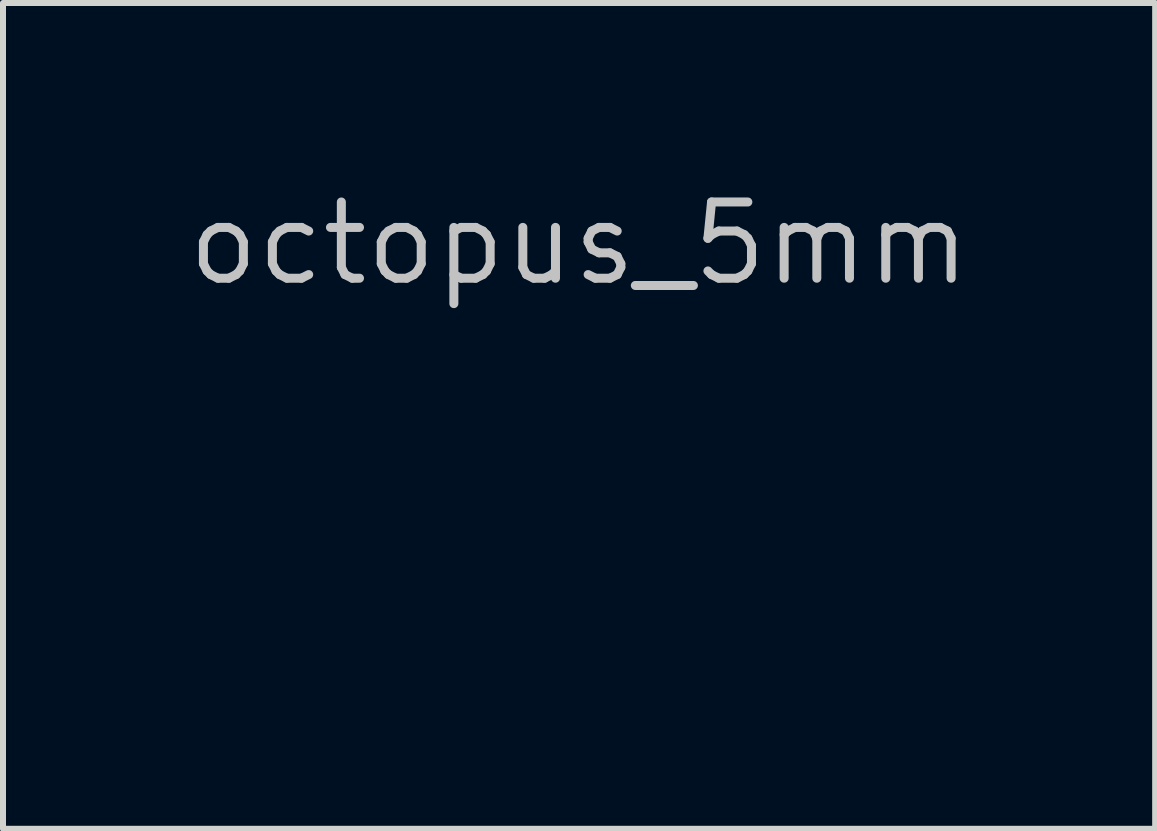
<source format=kicad_pcb>
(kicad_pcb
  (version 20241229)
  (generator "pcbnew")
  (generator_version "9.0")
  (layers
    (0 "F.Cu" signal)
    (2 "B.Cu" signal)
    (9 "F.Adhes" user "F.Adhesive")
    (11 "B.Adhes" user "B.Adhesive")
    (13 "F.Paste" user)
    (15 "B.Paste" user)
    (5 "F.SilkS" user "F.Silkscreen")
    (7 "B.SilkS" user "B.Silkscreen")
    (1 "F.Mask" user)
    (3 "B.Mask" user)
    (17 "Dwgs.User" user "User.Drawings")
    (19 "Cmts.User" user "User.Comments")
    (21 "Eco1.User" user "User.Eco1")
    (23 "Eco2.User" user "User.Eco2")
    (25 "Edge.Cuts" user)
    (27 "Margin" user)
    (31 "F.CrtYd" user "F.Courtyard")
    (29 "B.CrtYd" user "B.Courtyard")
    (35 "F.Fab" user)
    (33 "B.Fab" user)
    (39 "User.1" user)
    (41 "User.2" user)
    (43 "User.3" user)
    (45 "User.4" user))
  (footprint "octopus_5mm"
    (layer "F.Cu")
    (at 9.139 6.086)
    (property "Reference" "octopus_5mm" (at -2.54 -5.08 0) (layer "Dwgs.User") (effects (font (size 1.27 1.27) (thickness 0.15))))
    (attr through_hole)
    (fp_poly (pts (xy -0.001 -2.802) (xy 0.07 -2.793) (xy 0.137 -2.771) (xy 0.217 -2.735) (xy 0.351 -2.651) (xy 0.46 -2.544) (xy 0.551 -2.403) (xy 0.567 -2.371) (xy 0.595 -2.309) (xy 0.612 -2.252) (xy 0.621 -2.187) (xy 0.624 -2.099) (xy 0.624 -2.052) (xy 0.624 -1.961) (xy 0.619 -1.894) (xy 0.608 -1.838) (xy 0.586 -1.778) (xy 0.55 -1.702) (xy 0.522 -1.647) (xy 0.477 -1.556) (xy 0.449 -1.492) (xy 0.435 -1.447) (xy 0.433 -1.41) (xy 0.44 -1.372) (xy 0.443 -1.359) (xy 0.482 -1.28) (xy 0.548 -1.202) (xy 0.628 -1.141) (xy 0.67 -1.12) (xy 0.761 -1.103) (xy 0.864 -1.106) (xy 0.957 -1.131) (xy 0.964 -1.134) (xy 1.043 -1.188) (xy 1.09 -1.264) (xy 1.109 -1.367) (xy 1.11 -1.398) (xy 1.107 -1.46) (xy 1.095 -1.519) (xy 1.07 -1.588) (xy 1.029 -1.677) (xy 1.01 -1.715) (xy 0.955 -1.833) (xy 0.923 -1.925) (xy 0.912 -2) (xy 0.92 -2.069) (xy 0.939 -2.123) (xy 0.999 -2.217) (xy 1.084 -2.278) (xy 1.172 -2.302) (xy 1.237 -2.305) (xy 1.28 -2.292) (xy 1.324 -2.256) (xy 1.332 -2.248) (xy 1.373 -2.199) (xy 1.395 -2.155) (xy 1.397 -2.144) (xy 1.384 -2.094) (xy 1.353 -2.045) (xy 1.315 -2.014) (xy 1.3 -2.011) (xy 1.282 -2.016) (xy 1.288 -2.039) (xy 1.304 -2.064) (xy 1.327 -2.105) (xy 1.323 -2.132) (xy 1.301 -2.16) (xy 1.25 -2.196) (xy 1.194 -2.193) (xy 1.135 -2.157) (xy 1.098 -2.119) (xy 1.081 -2.071) (xy 1.084 -2.008) (xy 1.108 -1.926) (xy 1.153 -1.818) (xy 1.201 -1.719) (xy 1.252 -1.616) (xy 1.286 -1.541) (xy 1.307 -1.482) (xy 1.318 -1.43) (xy 1.322 -1.373) (xy 1.323 -1.324) (xy 1.32 -1.236) (xy 1.31 -1.173) (xy 1.287 -1.117) (xy 1.259 -1.068) (xy 1.169 -0.961) (xy 1.085 -0.9) (xy 1.026 -0.862) (xy 0.986 -0.828) (xy 0.974 -0.81) (xy 0.993 -0.779) (xy 1.041 -0.751) (xy 1.108 -0.729) (xy 1.18 -0.72) (xy 1.185 -0.72) (xy 1.241 -0.725) (xy 1.289 -0.746) (xy 1.334 -0.786) (xy 1.381 -0.852) (xy 1.434 -0.948) (xy 1.485 -1.051) (xy 1.569 -1.209) (xy 1.652 -1.329) (xy 1.739 -1.417) (xy 1.835 -1.477) (xy 1.869 -1.492) (xy 1.993 -1.521) (xy 2.112 -1.518) (xy 2.22 -1.484) (xy 2.309 -1.424) (xy 2.375 -1.34) (xy 2.409 -1.238) (xy 2.413 -1.188) (xy 2.397 -1.097) (xy 2.351 -1.031) (xy 2.28 -0.995) (xy 2.237 -0.991) (xy 2.162 -1.001) (xy 2.112 -1.031) (xy 2.095 -1.07) (xy 2.104 -1.086) (xy 2.135 -1.082) (xy 2.161 -1.072) (xy 2.209 -1.059) (xy 2.241 -1.07) (xy 2.267 -1.098) (xy 2.299 -1.148) (xy 2.301 -1.193) (xy 2.272 -1.243) (xy 2.233 -1.285) (xy 2.186 -1.329) (xy 2.147 -1.349) (xy 2.098 -1.354) (xy 2.044 -1.35) (xy 1.946 -1.332) (xy 1.862 -1.291) (xy 1.789 -1.223) (xy 1.723 -1.125) (xy 1.66 -0.992) (xy 1.61 -0.86) (xy 1.576 -0.769) (xy 1.541 -0.687) (xy 1.511 -0.627) (xy 1.501 -0.611) (xy 1.421 -0.534) (xy 1.317 -0.484) (xy 1.198 -0.462) (xy 1.072 -0.471) (xy 0.968 -0.504) (xy 0.909 -0.525) (xy 0.868 -0.532) (xy 0.857 -0.528) (xy 0.868 -0.51) (xy 0.909 -0.483) (xy 0.967 -0.454) (xy 1.11 -0.374) (xy 1.214 -0.274) (xy 1.281 -0.156) (xy 1.309 -0.018) (xy 1.3 0.138) (xy 1.259 0.296) (xy 1.221 0.426) (xy 1.206 0.527) (xy 1.215 0.604) (xy 1.248 0.663) (xy 1.272 0.686) (xy 1.355 0.732) (xy 1.445 0.74) (xy 1.53 0.711) (xy 1.56 0.69) (xy 1.619 0.639) (xy 1.619 0.046) (xy 1.684 -0.033) (xy 1.77 -0.116) (xy 1.868 -0.17) (xy 1.969 -0.197) (xy 2.068 -0.195) (xy 2.156 -0.164) (xy 2.225 -0.105) (xy 2.257 -0.049) (xy 2.277 0.015) (xy 2.286 0.074) (xy 2.286 0.074) (xy 2.274 0.141) (xy 2.245 0.206) (xy 2.206 0.252) (xy 2.189 0.263) (xy 2.15 0.269) (xy 2.143 0.25) (xy 2.166 0.215) (xy 2.196 0.155) (xy 2.198 0.082) (xy 2.172 0.016) (xy 2.159 0) (xy 2.101 -0.032) (xy 2.024 -0.042) (xy 1.948 -0.029) (xy 1.91 -0.009) (xy 1.863 0.03) (xy 1.832 0.078) (xy 1.813 0.142) (xy 1.806 0.23) (xy 1.809 0.349) (xy 1.811 0.399) (xy 1.817 0.51) (xy 1.818 0.588) (xy 1.814 0.646) (xy 1.804 0.692) (xy 1.786 0.737) (xy 1.783 0.744) (xy 1.718 0.843) (xy 1.624 0.915) (xy 1.509 0.956) (xy 1.377 0.963) (xy 1.303 0.953) (xy 1.165 0.906) (xy 1.058 0.832) (xy 0.984 0.733) (xy 0.944 0.612) (xy 0.939 0.47) (xy 0.961 0.346) (xy 0.986 0.237) (xy 0.994 0.156) (xy 0.984 0.095) (xy 0.954 0.043) (xy 0.923 0.008) (xy 0.843 -0.049) (xy 0.76 -0.065) (xy 0.679 -0.039) (xy 0.641 -0.012) (xy 0.614 0.013) (xy 0.597 0.038) (xy 0.588 0.074) (xy 0.586 0.129) (xy 0.587 0.214) (xy 0.588 0.242) (xy 0.589 0.356) (xy 0.579 0.447) (xy 0.556 0.53) (xy 0.516 0.615) (xy 0.454 0.716) (xy 0.421 0.766) (xy 0.324 0.925) (xy 0.262 1.067) (xy 0.236 1.19) (xy 0.245 1.294) (xy 0.29 1.376) (xy 0.291 1.377) (xy 0.363 1.431) (xy 0.447 1.455) (xy 0.534 1.451) (xy 0.614 1.423) (xy 0.678 1.371) (xy 0.716 1.299) (xy 0.721 1.27) (xy 0.722 1.195) (xy 0.703 1.124) (xy 0.661 1.043) (xy 0.63 0.995) (xy 0.579 0.913) (xy 0.552 0.85) (xy 0.543 0.794) (xy 0.543 0.779) (xy 0.562 0.69) (xy 0.612 0.627) (xy 0.686 0.596) (xy 0.722 0.593) (xy 0.777 0.598) (xy 0.812 0.611) (xy 0.815 0.614) (xy 0.808 0.63) (xy 0.777 0.635) (xy 0.717 0.654) (xy 0.672 0.703) (xy 0.656 0.765) (xy 0.67 0.812) (xy 0.709 0.879) (xy 0.76 0.948) (xy 0.823 1.04) (xy 0.871 1.134) (xy 0.898 1.221) (xy 0.902 1.29) (xy 0.899 1.3) (xy 0.89 1.337) (xy 0.88 1.379) (xy 0.841 1.465) (xy 0.77 1.544) (xy 0.673 1.608) (xy 0.562 1.649) (xy 0.522 1.658) (xy 0.419 1.66) (xy 0.307 1.643) (xy 0.206 1.61) (xy 0.156 1.583) (xy 0.074 1.505) (xy 0.008 1.404) (xy -0.03 1.295) (xy -0.033 1.281) (xy -0.037 1.208) (xy -0.026 1.126) (xy 0.002 1.028) (xy 0.049 0.907) (xy 0.088 0.816) (xy 0.145 0.672) (xy 0.172 0.555) (xy 0.17 0.462) (xy 0.137 0.39) (xy 0.073 0.335) (xy 0.011 0.306) (xy -0.058 0.284) (xy -0.112 0.281) (xy -0.17 0.294) (xy -0.263 0.331) (xy -0.327 0.381) (xy -0.361 0.447) (xy -0.367 0.533) (xy -0.346 0.643) (xy -0.298 0.781) (xy -0.27 0.847) (xy -0.217 0.975) (xy -0.181 1.075) (xy -0.162 1.155) (xy -0.157 1.224) (xy -0.165 1.291) (xy -0.178 1.342) (xy -0.234 1.461) (xy -0.321 1.557) (xy -0.431 1.625) (xy -0.506 1.649) (xy -0.577 1.663) (xy -0.626 1.668) (xy -0.673 1.665) (xy -0.736 1.653) (xy -0.741 1.652) (xy -0.873 1.607) (xy -0.978 1.529) (xy -1.055 1.421) (xy -1.068 1.392) (xy -1.094 1.298) (xy -1.091 1.205) (xy -1.056 1.106) (xy -0.988 0.995) (xy -0.945 0.938) (xy -0.892 0.862) (xy -0.857 0.797) (xy -0.847 0.759) (xy -0.866 0.696) (xy -0.913 0.651) (xy -0.971 0.635) (xy -1.003 0.627) (xy -1.005 0.614) (xy -0.978 0.6) (xy -0.925 0.593) (xy -0.91 0.593) (xy -0.844 0.601) (xy -0.797 0.634) (xy -0.785 0.648) (xy -0.746 0.726) (xy -0.744 0.814) (xy -0.779 0.916) (xy -0.824 0.995) (xy -0.868 1.068) (xy -0.903 1.136) (xy -0.92 1.184) (xy -0.921 1.271) (xy -0.889 1.345) (xy -0.831 1.403) (xy -0.756 1.441) (xy -0.672 1.457) (xy -0.588 1.445) (xy -0.51 1.404) (xy -0.482 1.377) (xy -0.445 1.327) (xy -0.425 1.273) (xy -0.422 1.21) (xy -0.438 1.133) (xy -0.473 1.039) (xy -0.529 0.923) (xy -0.607 0.78) (xy -0.685 0.646) (xy -0.732 0.565) (xy -0.761 0.506) (xy -0.777 0.455) (xy -0.782 0.398) (xy -0.783 0.319) (xy -0.782 0.296) (xy -0.781 0.19) (xy -0.781 0.117) (xy -0.785 0.07) (xy -0.795 0.038) (xy -0.811 0.014) (xy -0.835 -0.011) (xy -0.835 -0.012) (xy -0.907 -0.057) (xy -0.986 -0.063) (xy -1.066 -0.03) (xy -1.113 0.008) (xy -1.159 0.067) (xy -1.182 0.132) (xy -1.183 0.214) (xy -1.164 0.321) (xy -1.154 0.36) (xy -1.13 0.468) (xy -1.125 0.555) (xy -1.142 0.634) (xy -1.18 0.721) (xy -1.248 0.825) (xy -1.335 0.897) (xy -1.449 0.943) (xy -1.487 0.952) (xy -1.625 0.964) (xy -1.751 0.941) (xy -1.859 0.887) (xy -1.943 0.805) (xy -1.998 0.697) (xy -2.008 0.658) (xy -2.02 0.565) (xy -2.017 0.461) (xy -2.008 0.392) (xy -1.998 0.302) (xy -1.995 0.218) (xy -1.999 0.157) (xy -1.999 0.156) (xy -2.032 0.071) (xy -2.09 0.004) (xy -2.164 -0.036) (xy -2.209 -0.042) (xy -2.288 -0.036) (xy -2.34 -0.013) (xy -2.376 0.033) (xy -2.382 0.044) (xy -2.401 0.112) (xy -2.382 0.178) (xy -2.353 0.217) (xy -2.332 0.254) (xy -2.345 0.269) (xy -2.386 0.257) (xy -2.391 0.254) (xy -2.442 0.205) (xy -2.47 0.131) (xy -2.474 0.045) (xy -2.452 -0.042) (xy -2.428 -0.087) (xy -2.359 -0.156) (xy -2.272 -0.193) (xy -2.174 -0.2) (xy -2.073 -0.177) (xy -1.977 -0.127) (xy -1.894 -0.05) (xy -1.846 0.021) (xy -1.824 0.064) (xy -1.811 0.104) (xy -1.803 0.149) (xy -1.802 0.211) (xy -1.805 0.299) (xy -1.808 0.366) (xy -1.822 0.616) (xy -1.756 0.681) (xy -1.711 0.721) (xy -1.67 0.738) (xy -1.613 0.737) (xy -1.592 0.735) (xy -1.511 0.716) (xy -1.455 0.678) (xy -1.445 0.668) (xy -1.412 0.614) (xy -1.399 0.549) (xy -1.408 0.466) (xy -1.438 0.356) (xy -1.451 0.316) (xy -1.489 0.171) (xy -1.505 0.031) (xy -1.498 -0.093) (xy -1.477 -0.17) (xy -1.422 -0.259) (xy -1.338 -0.346) (xy -1.239 -0.418) (xy -1.164 -0.455) (xy -1.105 -0.482) (xy -1.067 -0.506) (xy -1.058 -0.519) (xy -1.073 -0.536) (xy -1.076 -0.535) (xy -1.102 -0.527) (xy -1.155 -0.508) (xy -1.216 -0.486) (xy -1.327 -0.457) (xy -1.424 -0.457) (xy -1.525 -0.489) (xy -1.57 -0.51) (xy -1.639 -0.557) (xy -1.698 -0.626) (xy -1.753 -0.724) (xy -1.805 -0.856) (xy -1.821 -0.903) (xy -1.887 -1.069) (xy -1.962 -1.195) (xy -2.047 -1.283) (xy -2.146 -1.336) (xy -2.259 -1.355) (xy -2.27 -1.355) (xy -2.353 -1.341) (xy -2.421 -1.303) (xy -2.469 -1.25) (xy -2.492 -1.19) (xy -2.483 -1.13) (xy -2.458 -1.094) (xy -2.42 -1.064) (xy -2.382 -1.063) (xy -2.35 -1.073) (xy -2.305 -1.086) (xy -2.287 -1.079) (xy -2.286 -1.07) (xy -2.305 -1.028) (xy -2.357 -1) (xy -2.428 -0.991) (xy -2.505 -1.009) (xy -2.562 -1.057) (xy -2.597 -1.127) (xy -2.606 -1.211) (xy -2.586 -1.299) (xy -2.556 -1.355) (xy -2.493 -1.434) (xy -2.426 -1.482) (xy -2.344 -1.507) (xy -2.237 -1.513) (xy -2.127 -1.505) (xy -2.033 -1.48) (xy -1.95 -1.434) (xy -1.873 -1.362) (xy -1.797 -1.26) (xy -1.717 -1.124) (xy -1.671 -1.036) (xy -1.616 -0.934) (xy -1.565 -0.846) (xy -1.521 -0.782) (xy -1.491 -0.748) (xy -1.49 -0.748) (xy -1.424 -0.726) (xy -1.341 -0.725) (xy -1.261 -0.743) (xy -1.201 -0.779) (xy -1.158 -0.822) (xy -1.276 -0.897) (xy -1.378 -0.973) (xy -1.447 -1.053) (xy -1.493 -1.147) (xy -1.505 -1.188) (xy -1.522 -1.296) (xy -1.514 -1.409) (xy -1.48 -1.535) (xy -1.418 -1.681) (xy -1.383 -1.749) (xy -1.322 -1.874) (xy -1.285 -1.971) (xy -1.272 -2.045) (xy -1.283 -2.102) (xy -1.316 -2.148) (xy -1.337 -2.165) (xy -1.399 -2.194) (xy -1.454 -2.193) (xy -1.495 -2.168) (xy -1.512 -2.126) (xy -1.498 -2.07) (xy -1.492 -2.061) (xy -1.472 -2.025) (xy -1.477 -2.012) (xy -1.49 -2.011) (xy -1.54 -2.029) (xy -1.574 -2.077) (xy -1.587 -2.142) (xy -1.574 -2.211) (xy -1.541 -2.251) (xy -1.481 -2.285) (xy -1.412 -2.305) (xy -1.382 -2.307) (xy -1.306 -2.29) (xy -1.227 -2.245) (xy -1.162 -2.183) (xy -1.151 -2.168) (xy -1.114 -2.076) (xy -1.114 -1.965) (xy -1.149 -1.834) (xy -1.203 -1.716) (xy -1.269 -1.57) (xy -1.303 -1.446) (xy -1.306 -1.342) (xy -1.276 -1.253) (xy -1.275 -1.25) (xy -1.208 -1.17) (xy -1.118 -1.121) (xy -1.012 -1.103) (xy -0.899 -1.119) (xy -0.825 -1.148) (xy -0.724 -1.218) (xy -0.661 -1.306) (xy -0.637 -1.406) (xy -0.653 -1.515) (xy -0.698 -1.611) (xy -0.772 -1.754) (xy -0.812 -1.893) (xy -0.823 -2.043) (xy -0.821 -2.091) (xy -0.792 -2.275) (xy -0.728 -2.436) (xy -0.629 -2.572) (xy -0.496 -2.684) (xy -0.406 -2.736) (xy -0.326 -2.772) (xy -0.26 -2.793) (xy -0.188 -2.802) (xy -0.095 -2.805) (xy -0.001 -2.802)) (stroke (width 0.01) (type solid)) (fill yes) (layer "F.Mask")))
  (gr_rect
    (start -3 -3)
    (end 16.198 10.76)
    (stroke (width 0.1) (type default))
    (fill no)
    (layer "Edge.Cuts")))
</source>
